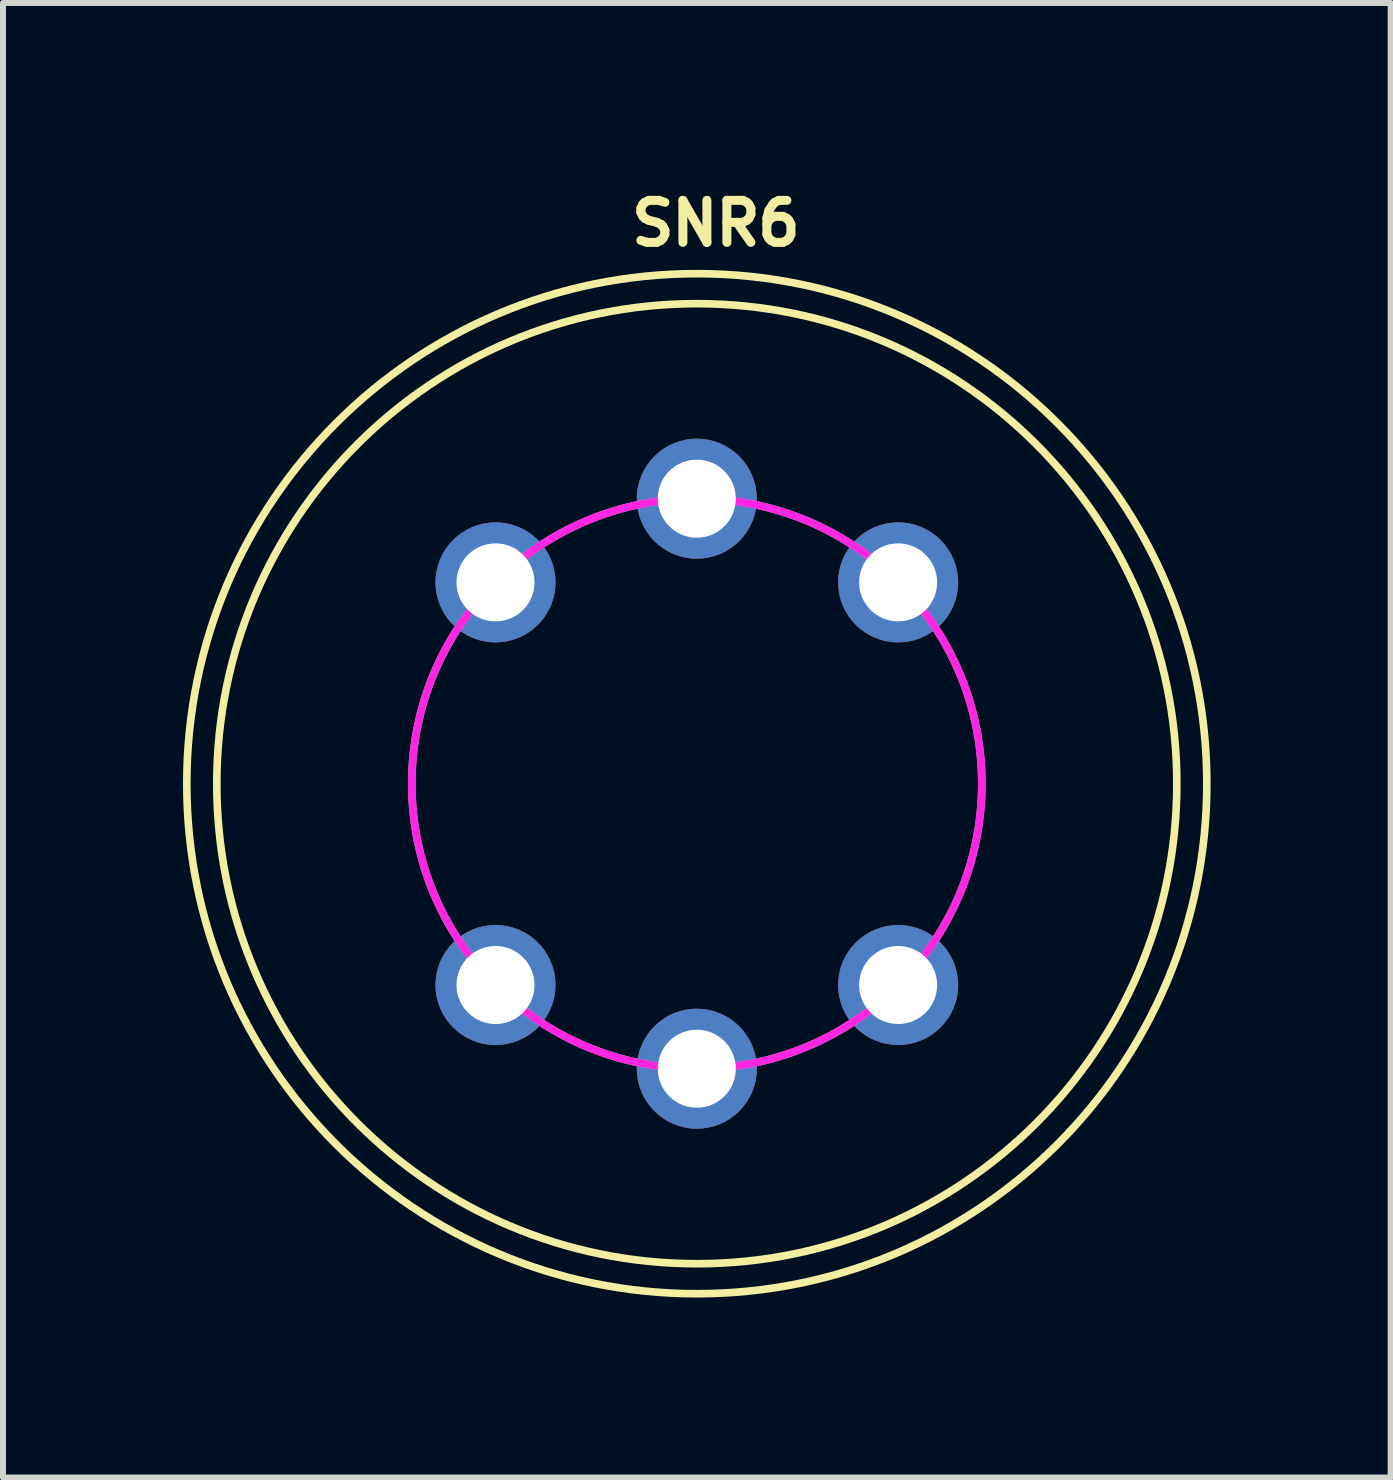
<source format=kicad_pcb>
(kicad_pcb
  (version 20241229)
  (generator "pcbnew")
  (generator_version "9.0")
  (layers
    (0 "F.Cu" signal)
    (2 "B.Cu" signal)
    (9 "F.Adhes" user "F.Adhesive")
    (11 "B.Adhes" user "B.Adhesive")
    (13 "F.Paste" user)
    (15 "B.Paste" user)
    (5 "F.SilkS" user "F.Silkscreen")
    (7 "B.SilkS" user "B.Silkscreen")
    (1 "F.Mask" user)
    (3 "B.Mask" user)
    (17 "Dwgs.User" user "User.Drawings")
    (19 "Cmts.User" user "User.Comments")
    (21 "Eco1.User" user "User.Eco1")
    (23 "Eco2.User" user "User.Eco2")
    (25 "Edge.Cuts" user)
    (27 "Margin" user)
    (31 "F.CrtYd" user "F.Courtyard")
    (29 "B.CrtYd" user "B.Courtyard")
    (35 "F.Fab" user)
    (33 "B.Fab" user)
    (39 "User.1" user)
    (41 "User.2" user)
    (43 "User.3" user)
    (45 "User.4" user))
  (footprint "SNR6"
    (layer "F.Cu")
    (at 8.563 10.011)
    (property "Reference" "SNR6" (at 0.318 -9.338 0) (layer "F.SilkS") (effects (font (size 0.7 0.7) (thickness 0.15))))
    (attr through_hole)
    (fp_circle (center 0 0) (end 8 0) (stroke (width 0.127) (type solid)) (fill no) (layer "F.SilkS"))
    (fp_circle (center 0 0) (end 8.5 0) (stroke (width 0.127) (type solid)) (fill no) (layer "F.SilkS"))
    (fp_circle (center 0 0) (end 4.75 0) (stroke (width 0.127) (type solid)) (fill no) (layer "F.CrtYd"))
    (fp_circle (center 0 0) (end 4.75 0) (stroke (width 0.127) (type solid)) (fill no) (layer "F.Fab"))
    (pad "1" thru_hole circle (at -3.355 -3.355 225) (size 2 2) (drill 1.3) (layers "*.Cu" "*.Mask"))
    (pad "2" thru_hole circle (at -3.355 3.355) (size 2 2) (drill 1.3) (layers "*.Cu" "*.Mask"))
    (pad "3" thru_hole circle (at 3.355 -3.355 315) (size 2 2) (drill 1.3) (layers "*.Cu" "*.Mask"))
    (pad "4" thru_hole circle (at 3.355 3.355) (size 2 2) (drill 1.3) (layers "*.Cu" "*.Mask"))
    (pad "5" thru_hole circle (at 0 -4.75) (size 2 2) (drill 1.3) (layers "*.Cu" "*.Mask"))
    (pad "6" thru_hole circle (at 0 4.75) (size 2 2) (drill 1.3) (layers "*.Cu" "*.Mask")))
  (gr_rect
    (start -3 -3)
    (end 20.127 21.574)
    (stroke (width 0.1) (type default))
    (fill no)
    (layer "Edge.Cuts")))
</source>
